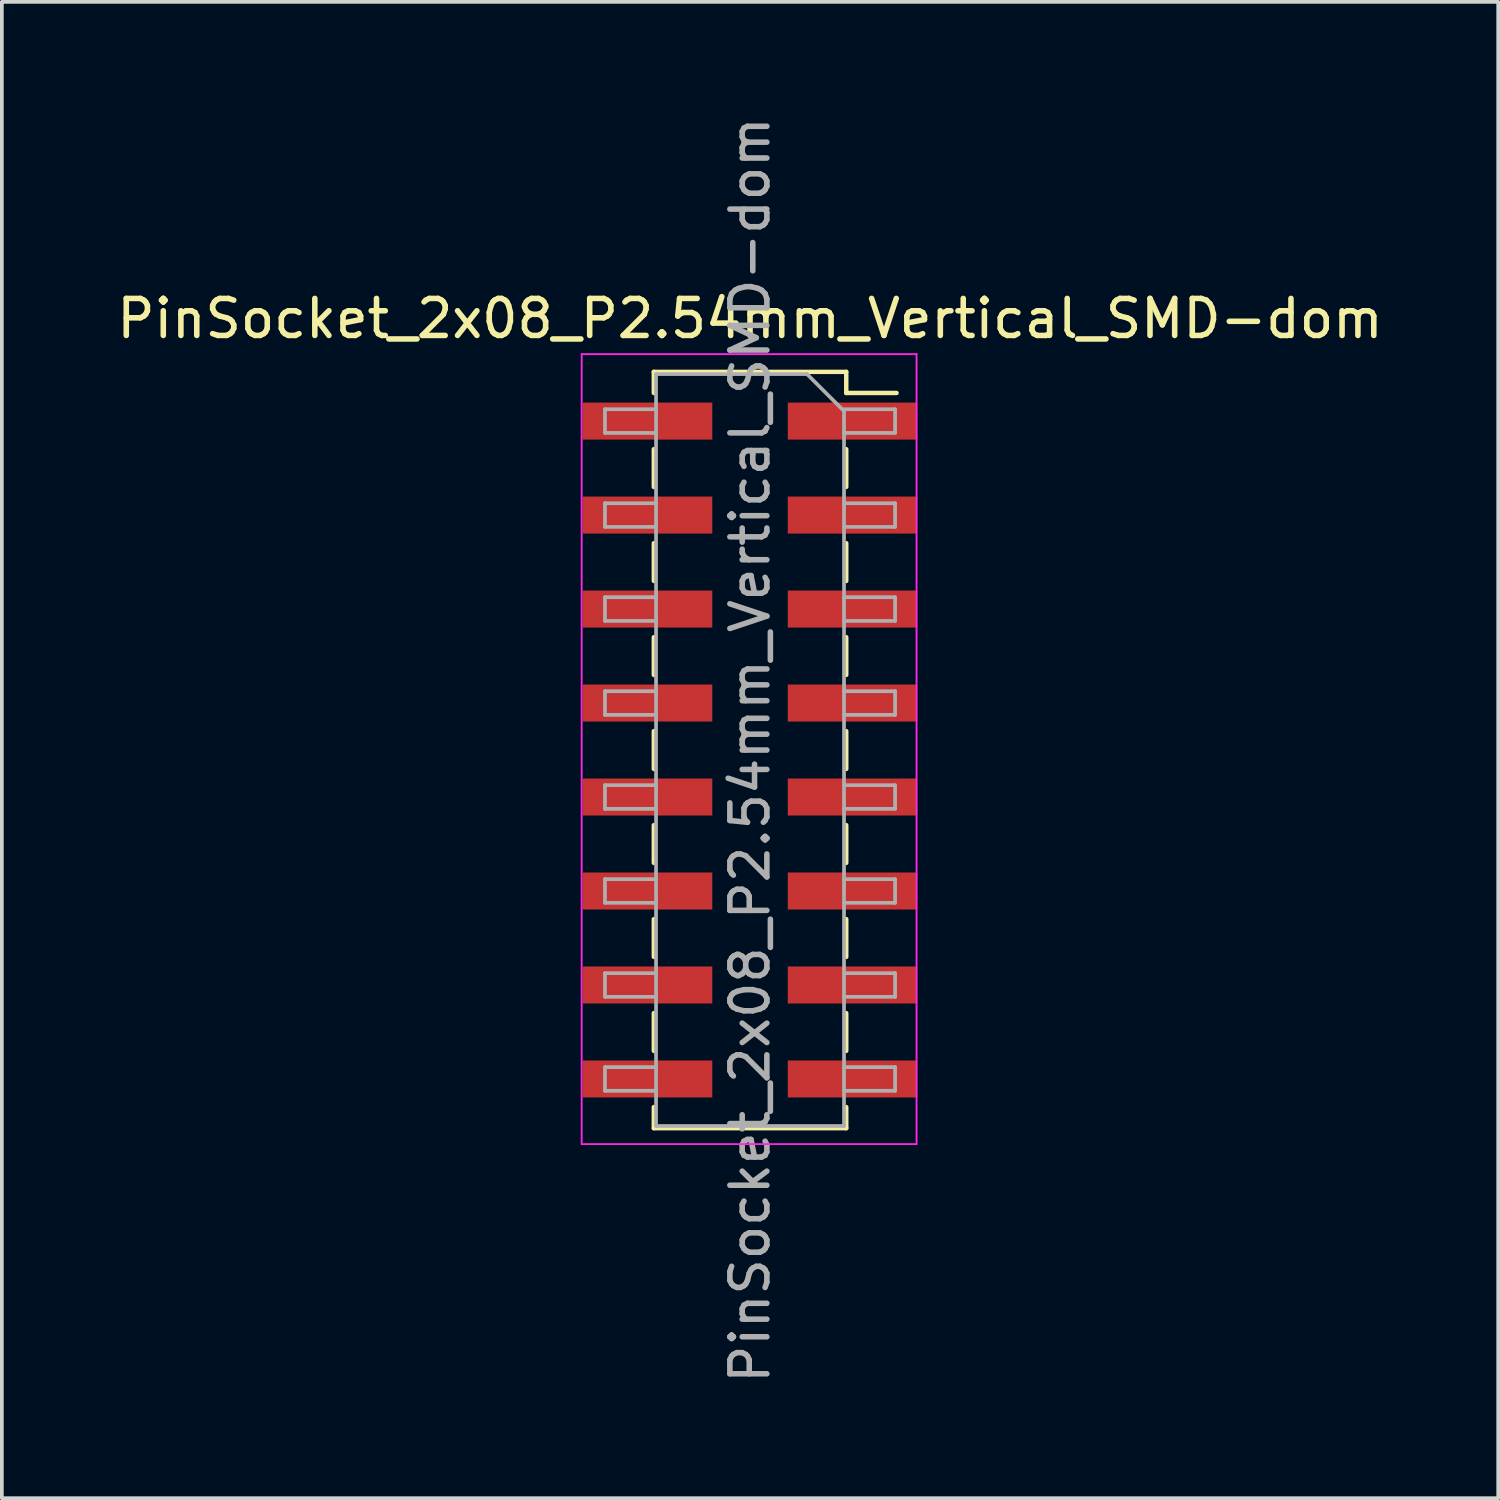
<source format=kicad_pcb>
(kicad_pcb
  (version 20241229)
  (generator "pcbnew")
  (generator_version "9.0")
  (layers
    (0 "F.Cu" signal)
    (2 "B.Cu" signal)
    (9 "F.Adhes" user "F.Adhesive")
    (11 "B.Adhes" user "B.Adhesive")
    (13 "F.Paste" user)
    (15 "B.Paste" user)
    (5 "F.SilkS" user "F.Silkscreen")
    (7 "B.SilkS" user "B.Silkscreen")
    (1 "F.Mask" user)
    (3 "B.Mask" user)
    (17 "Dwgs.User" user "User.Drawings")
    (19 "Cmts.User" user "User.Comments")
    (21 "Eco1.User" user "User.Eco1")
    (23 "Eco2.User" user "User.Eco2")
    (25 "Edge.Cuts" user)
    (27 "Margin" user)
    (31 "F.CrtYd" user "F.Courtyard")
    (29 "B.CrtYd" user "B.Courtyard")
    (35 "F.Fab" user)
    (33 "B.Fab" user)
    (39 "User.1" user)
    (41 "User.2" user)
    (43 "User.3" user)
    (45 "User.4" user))
  (footprint "PinSocket_2x08_P2.54mm_Vertical_SMD-dom"
    (layer "F.Cu")
    (at 17.22 17.22)
    (property "Reference" "PinSocket_2x08_P2.54mm_Vertical_SMD-dom" (at 0 -11.66 0) (layer "F.SilkS") (effects (font (size 1 1) (thickness 0.15))))
    (attr smd)
    (fp_line (start -2.6 -10.22) (end -2.6 -9.65) (stroke (width 0.12) (type solid)) (layer "F.SilkS"))
    (fp_line (start -2.6 -10.22) (end 2.6 -10.22) (stroke (width 0.12) (type solid)) (layer "F.SilkS"))
    (fp_line (start -2.6 -8.13) (end -2.6 -7.11) (stroke (width 0.12) (type solid)) (layer "F.SilkS"))
    (fp_line (start -2.6 -5.59) (end -2.6 -4.57) (stroke (width 0.12) (type solid)) (layer "F.SilkS"))
    (fp_line (start -2.6 -3.05) (end -2.6 -2.03) (stroke (width 0.12) (type solid)) (layer "F.SilkS"))
    (fp_line (start -2.6 -0.51) (end -2.6 0.51) (stroke (width 0.12) (type solid)) (layer "F.SilkS"))
    (fp_line (start -2.6 2.03) (end -2.6 3.05) (stroke (width 0.12) (type solid)) (layer "F.SilkS"))
    (fp_line (start -2.6 4.57) (end -2.6 5.59) (stroke (width 0.12) (type solid)) (layer "F.SilkS"))
    (fp_line (start -2.6 7.11) (end -2.6 8.13) (stroke (width 0.12) (type solid)) (layer "F.SilkS"))
    (fp_line (start -2.6 9.65) (end -2.6 10.22) (stroke (width 0.12) (type solid)) (layer "F.SilkS"))
    (fp_line (start -2.6 10.22) (end 2.6 10.22) (stroke (width 0.12) (type solid)) (layer "F.SilkS"))
    (fp_line (start 2.6 -10.22) (end 2.6 -9.65) (stroke (width 0.12) (type solid)) (layer "F.SilkS"))
    (fp_line (start 2.6 -9.65) (end 3.96 -9.65) (stroke (width 0.12) (type solid)) (layer "F.SilkS"))
    (fp_line (start 2.6 -8.13) (end 2.6 -7.11) (stroke (width 0.12) (type solid)) (layer "F.SilkS"))
    (fp_line (start 2.6 -5.59) (end 2.6 -4.57) (stroke (width 0.12) (type solid)) (layer "F.SilkS"))
    (fp_line (start 2.6 -3.05) (end 2.6 -2.03) (stroke (width 0.12) (type solid)) (layer "F.SilkS"))
    (fp_line (start 2.6 -0.51) (end 2.6 0.51) (stroke (width 0.12) (type solid)) (layer "F.SilkS"))
    (fp_line (start 2.6 2.03) (end 2.6 3.05) (stroke (width 0.12) (type solid)) (layer "F.SilkS"))
    (fp_line (start 2.6 4.57) (end 2.6 5.59) (stroke (width 0.12) (type solid)) (layer "F.SilkS"))
    (fp_line (start 2.6 7.11) (end 2.6 8.13) (stroke (width 0.12) (type solid)) (layer "F.SilkS"))
    (fp_line (start 2.6 9.65) (end 2.6 10.22) (stroke (width 0.12) (type solid)) (layer "F.SilkS"))
    (fp_line (start -4.55 -10.7) (end 4.5 -10.7) (stroke (width 0.05) (type solid)) (layer "F.CrtYd"))
    (fp_line (start -4.55 10.65) (end -4.55 -10.7) (stroke (width 0.05) (type solid)) (layer "F.CrtYd"))
    (fp_line (start 4.5 -10.7) (end 4.5 10.65) (stroke (width 0.05) (type solid)) (layer "F.CrtYd"))
    (fp_line (start 4.5 10.65) (end -4.55 10.65) (stroke (width 0.05) (type solid)) (layer "F.CrtYd"))
    (fp_line (start -3.92 -9.21) (end -2.54 -9.21) (stroke (width 0.1) (type solid)) (layer "F.Fab"))
    (fp_line (start -3.92 -8.57) (end -3.92 -9.21) (stroke (width 0.1) (type solid)) (layer "F.Fab"))
    (fp_line (start -3.92 -6.67) (end -2.54 -6.67) (stroke (width 0.1) (type solid)) (layer "F.Fab"))
    (fp_line (start -3.92 -6.03) (end -3.92 -6.67) (stroke (width 0.1) (type solid)) (layer "F.Fab"))
    (fp_line (start -3.92 -4.13) (end -2.54 -4.13) (stroke (width 0.1) (type solid)) (layer "F.Fab"))
    (fp_line (start -3.92 -3.49) (end -3.92 -4.13) (stroke (width 0.1) (type solid)) (layer "F.Fab"))
    (fp_line (start -3.92 -1.59) (end -2.54 -1.59) (stroke (width 0.1) (type solid)) (layer "F.Fab"))
    (fp_line (start -3.92 -0.95) (end -3.92 -1.59) (stroke (width 0.1) (type solid)) (layer "F.Fab"))
    (fp_line (start -3.92 0.95) (end -2.54 0.95) (stroke (width 0.1) (type solid)) (layer "F.Fab"))
    (fp_line (start -3.92 1.59) (end -3.92 0.95) (stroke (width 0.1) (type solid)) (layer "F.Fab"))
    (fp_line (start -3.92 3.49) (end -2.54 3.49) (stroke (width 0.1) (type solid)) (layer "F.Fab"))
    (fp_line (start -3.92 4.13) (end -3.92 3.49) (stroke (width 0.1) (type solid)) (layer "F.Fab"))
    (fp_line (start -3.92 6.03) (end -2.54 6.03) (stroke (width 0.1) (type solid)) (layer "F.Fab"))
    (fp_line (start -3.92 6.67) (end -3.92 6.03) (stroke (width 0.1) (type solid)) (layer "F.Fab"))
    (fp_line (start -3.92 8.57) (end -2.54 8.57) (stroke (width 0.1) (type solid)) (layer "F.Fab"))
    (fp_line (start -3.92 9.21) (end -3.92 8.57) (stroke (width 0.1) (type solid)) (layer "F.Fab"))
    (fp_line (start -2.54 -10.16) (end 1.54 -10.16) (stroke (width 0.1) (type solid)) (layer "F.Fab"))
    (fp_line (start -2.54 -8.57) (end -3.92 -8.57) (stroke (width 0.1) (type solid)) (layer "F.Fab"))
    (fp_line (start -2.54 -6.03) (end -3.92 -6.03) (stroke (width 0.1) (type solid)) (layer "F.Fab"))
    (fp_line (start -2.54 -3.49) (end -3.92 -3.49) (stroke (width 0.1) (type solid)) (layer "F.Fab"))
    (fp_line (start -2.54 -0.95) (end -3.92 -0.95) (stroke (width 0.1) (type solid)) (layer "F.Fab"))
    (fp_line (start -2.54 1.59) (end -3.92 1.59) (stroke (width 0.1) (type solid)) (layer "F.Fab"))
    (fp_line (start -2.54 4.13) (end -3.92 4.13) (stroke (width 0.1) (type solid)) (layer "F.Fab"))
    (fp_line (start -2.54 6.67) (end -3.92 6.67) (stroke (width 0.1) (type solid)) (layer "F.Fab"))
    (fp_line (start -2.54 9.21) (end -3.92 9.21) (stroke (width 0.1) (type solid)) (layer "F.Fab"))
    (fp_line (start -2.54 10.16) (end -2.54 -10.16) (stroke (width 0.1) (type solid)) (layer "F.Fab"))
    (fp_line (start 1.54 -10.16) (end 2.54 -9.16) (stroke (width 0.1) (type solid)) (layer "F.Fab"))
    (fp_line (start 2.54 -9.21) (end 3.92 -9.21) (stroke (width 0.1) (type solid)) (layer "F.Fab"))
    (fp_line (start 2.54 -9.16) (end 2.54 10.16) (stroke (width 0.1) (type solid)) (layer "F.Fab"))
    (fp_line (start 2.54 -6.67) (end 3.92 -6.67) (stroke (width 0.1) (type solid)) (layer "F.Fab"))
    (fp_line (start 2.54 -4.13) (end 3.92 -4.13) (stroke (width 0.1) (type solid)) (layer "F.Fab"))
    (fp_line (start 2.54 -1.59) (end 3.92 -1.59) (stroke (width 0.1) (type solid)) (layer "F.Fab"))
    (fp_line (start 2.54 0.95) (end 3.92 0.95) (stroke (width 0.1) (type solid)) (layer "F.Fab"))
    (fp_line (start 2.54 3.49) (end 3.92 3.49) (stroke (width 0.1) (type solid)) (layer "F.Fab"))
    (fp_line (start 2.54 6.03) (end 3.92 6.03) (stroke (width 0.1) (type solid)) (layer "F.Fab"))
    (fp_line (start 2.54 8.57) (end 3.92 8.57) (stroke (width 0.1) (type solid)) (layer "F.Fab"))
    (fp_line (start 2.54 10.16) (end -2.54 10.16) (stroke (width 0.1) (type solid)) (layer "F.Fab"))
    (fp_line (start 3.92 -9.21) (end 3.92 -8.57) (stroke (width 0.1) (type solid)) (layer "F.Fab"))
    (fp_line (start 3.92 -8.57) (end 2.54 -8.57) (stroke (width 0.1) (type solid)) (layer "F.Fab"))
    (fp_line (start 3.92 -6.67) (end 3.92 -6.03) (stroke (width 0.1) (type solid)) (layer "F.Fab"))
    (fp_line (start 3.92 -6.03) (end 2.54 -6.03) (stroke (width 0.1) (type solid)) (layer "F.Fab"))
    (fp_line (start 3.92 -4.13) (end 3.92 -3.49) (stroke (width 0.1) (type solid)) (layer "F.Fab"))
    (fp_line (start 3.92 -3.49) (end 2.54 -3.49) (stroke (width 0.1) (type solid)) (layer "F.Fab"))
    (fp_line (start 3.92 -1.59) (end 3.92 -0.95) (stroke (width 0.1) (type solid)) (layer "F.Fab"))
    (fp_line (start 3.92 -0.95) (end 2.54 -0.95) (stroke (width 0.1) (type solid)) (layer "F.Fab"))
    (fp_line (start 3.92 0.95) (end 3.92 1.59) (stroke (width 0.1) (type solid)) (layer "F.Fab"))
    (fp_line (start 3.92 1.59) (end 2.54 1.59) (stroke (width 0.1) (type solid)) (layer "F.Fab"))
    (fp_line (start 3.92 3.49) (end 3.92 4.13) (stroke (width 0.1) (type solid)) (layer "F.Fab"))
    (fp_line (start 3.92 4.13) (end 2.54 4.13) (stroke (width 0.1) (type solid)) (layer "F.Fab"))
    (fp_line (start 3.92 6.03) (end 3.92 6.67) (stroke (width 0.1) (type solid)) (layer "F.Fab"))
    (fp_line (start 3.92 6.67) (end 2.54 6.67) (stroke (width 0.1) (type solid)) (layer "F.Fab"))
    (fp_line (start 3.92 8.57) (end 3.92 9.21) (stroke (width 0.1) (type solid)) (layer "F.Fab"))
    (fp_line (start 3.92 9.21) (end 2.54 9.21) (stroke (width 0.1) (type solid)) (layer "F.Fab"))
    (fp_text user "${REFERENCE}" (at 0 0 90) (layer "F.Fab") (effects (font (size 1 1) (thickness 0.15))))
    (pad "1" smd rect (at 2.77 -8.89) (size 3.5 1) (layers "F.Cu" "F.Mask" "F.Paste"))
    (pad "2" smd rect (at -2.77 -8.89) (size 3.5 1) (layers "F.Cu" "F.Mask" "F.Paste"))
    (pad "3" smd rect (at 2.77 -6.35) (size 3.5 1) (layers "F.Cu" "F.Mask" "F.Paste"))
    (pad "4" smd rect (at -2.77 -6.35) (size 3.5 1) (layers "F.Cu" "F.Mask" "F.Paste"))
    (pad "5" smd rect (at 2.77 -3.81) (size 3.5 1) (layers "F.Cu" "F.Mask" "F.Paste"))
    (pad "6" smd rect (at -2.77 -3.81) (size 3.5 1) (layers "F.Cu" "F.Mask" "F.Paste"))
    (pad "7" smd rect (at 2.77 -1.27) (size 3.5 1) (layers "F.Cu" "F.Mask" "F.Paste"))
    (pad "8" smd rect (at -2.77 -1.27) (size 3.5 1) (layers "F.Cu" "F.Mask" "F.Paste"))
    (pad "9" smd rect (at 2.77 1.27) (size 3.5 1) (layers "F.Cu" "F.Mask" "F.Paste"))
    (pad "10" smd rect (at -2.77 1.27) (size 3.5 1) (layers "F.Cu" "F.Mask" "F.Paste"))
    (pad "11" smd rect (at 2.77 3.81) (size 3.5 1) (layers "F.Cu" "F.Mask" "F.Paste"))
    (pad "12" smd rect (at -2.77 3.81) (size 3.5 1) (layers "F.Cu" "F.Mask" "F.Paste"))
    (pad "13" smd rect (at 2.77 6.35) (size 3.5 1) (layers "F.Cu" "F.Mask" "F.Paste"))
    (pad "14" smd rect (at -2.77 6.35) (size 3.5 1) (layers "F.Cu" "F.Mask" "F.Paste"))
    (pad "15" smd rect (at 2.77 8.89) (size 3.5 1) (layers "F.Cu" "F.Mask" "F.Paste"))
    (pad "16" smd rect (at -2.77 8.89) (size 3.5 1) (layers "F.Cu" "F.Mask" "F.Paste")))
  (gr_rect
    (start -3 -3)
    (end 37.44 37.44)
    (stroke (width 0.1) (type default))
    (fill no)
    (layer "Edge.Cuts")))
</source>
